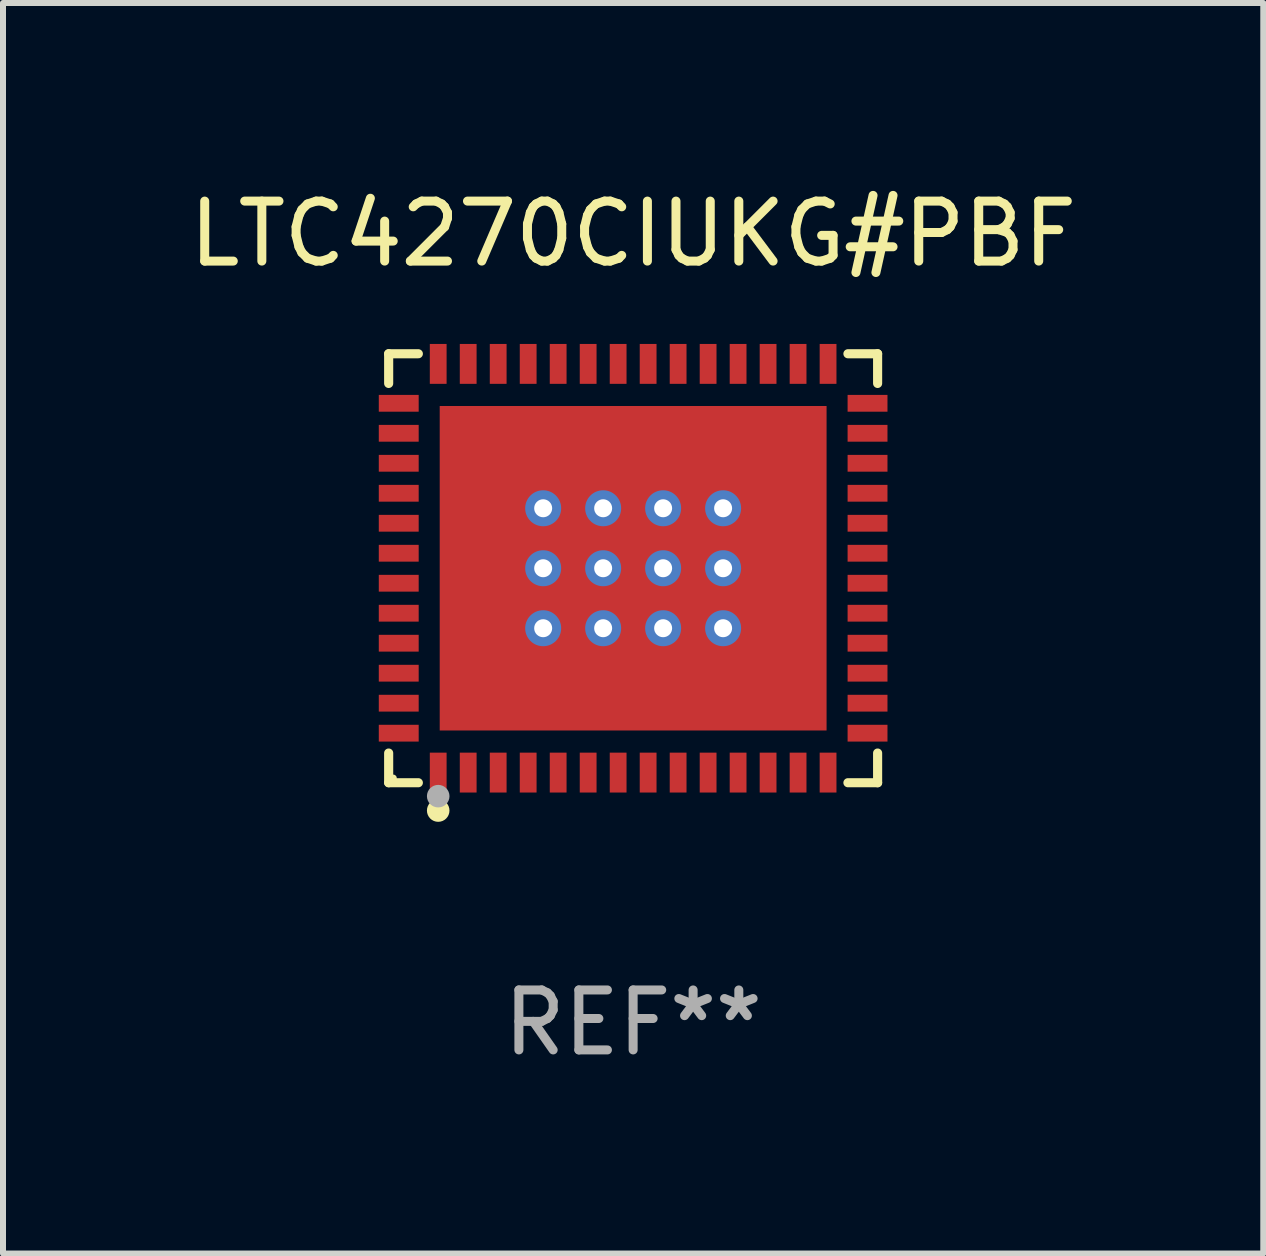
<source format=kicad_pcb>
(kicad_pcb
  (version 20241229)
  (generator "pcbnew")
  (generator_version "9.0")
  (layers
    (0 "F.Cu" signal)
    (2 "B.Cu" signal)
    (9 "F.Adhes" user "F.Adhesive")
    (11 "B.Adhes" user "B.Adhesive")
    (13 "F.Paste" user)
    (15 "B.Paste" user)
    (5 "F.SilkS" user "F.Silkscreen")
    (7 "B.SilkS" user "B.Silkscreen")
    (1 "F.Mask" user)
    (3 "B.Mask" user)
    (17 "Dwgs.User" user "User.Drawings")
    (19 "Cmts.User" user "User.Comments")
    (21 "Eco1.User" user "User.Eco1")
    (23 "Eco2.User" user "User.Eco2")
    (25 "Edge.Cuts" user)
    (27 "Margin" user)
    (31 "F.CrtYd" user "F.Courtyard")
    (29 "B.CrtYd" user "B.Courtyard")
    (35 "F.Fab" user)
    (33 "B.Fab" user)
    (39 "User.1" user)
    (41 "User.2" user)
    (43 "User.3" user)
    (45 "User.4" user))
  (footprint "LTC4270CIUKG#PBF"
    (layer "F.Cu")
    (at 7.506 6.424)
    (property "Reference" "LTC4270CIUKG#PBF" (at 0 -5.576 0) (layer "F.SilkS") (effects (font (size 1 1) (thickness 0.15))))
    (attr through_hole)
    (fp_line (start -4.076 -3.576) (end -3.581 -3.576) (stroke (width 0.152) (type solid)) (layer "F.SilkS"))
    (fp_line (start -4.076 -3.081) (end -4.076 -3.576) (stroke (width 0.152) (type solid)) (layer "F.SilkS"))
    (fp_line (start -4.076 3.081) (end -4.076 3.576) (stroke (width 0.152) (type solid)) (layer "F.SilkS"))
    (fp_line (start -4.076 3.576) (end -3.581 3.576) (stroke (width 0.152) (type solid)) (layer "F.SilkS"))
    (fp_line (start 4.076 -3.576) (end 3.581 -3.576) (stroke (width 0.152) (type solid)) (layer "F.SilkS"))
    (fp_line (start 4.076 -3.081) (end 4.076 -3.576) (stroke (width 0.152) (type solid)) (layer "F.SilkS"))
    (fp_line (start 4.076 3.081) (end 4.076 3.576) (stroke (width 0.152) (type solid)) (layer "F.SilkS"))
    (fp_line (start 4.076 3.576) (end 3.581 3.576) (stroke (width 0.152) (type solid)) (layer "F.SilkS"))
    (fp_circle (center -4 3.5) (end -3.97 3.5) (stroke (width 0.06) (type solid)) (fill no) (layer "F.SilkS"))
    (fp_circle (center -3.25 4.04) (end -3.156 4.04) (stroke (width 0.188) (type solid)) (fill no) (layer "F.SilkS"))
    (fp_circle (center -3.25 3.8) (end -3.156 3.8) (stroke (width 0.188) (type solid)) (fill no) (layer "F.Fab"))
    (fp_text user "REF**" (at 0 7.576 0) (layer "F.Fab") (effects (font (size 1 1) (thickness 0.15))))
    (pad "1" smd rect (at -3.25 3.407) (size 0.28 0.665) (layers "F.Cu" "F.Mask" "F.Paste"))
    (pad "2" smd rect (at -2.75 3.407) (size 0.28 0.665) (layers "F.Cu" "F.Mask" "F.Paste"))
    (pad "3" smd rect (at -2.25 3.407) (size 0.28 0.665) (layers "F.Cu" "F.Mask" "F.Paste"))
    (pad "4" smd rect (at -1.75 3.407) (size 0.28 0.665) (layers "F.Cu" "F.Mask" "F.Paste"))
    (pad "5" smd rect (at -1.25 3.407) (size 0.28 0.665) (layers "F.Cu" "F.Mask" "F.Paste"))
    (pad "6" smd rect (at -0.75 3.407) (size 0.28 0.665) (layers "F.Cu" "F.Mask" "F.Paste"))
    (pad "7" smd rect (at -0.25 3.407) (size 0.28 0.665) (layers "F.Cu" "F.Mask" "F.Paste"))
    (pad "8" smd rect (at 0.25 3.407) (size 0.28 0.665) (layers "F.Cu" "F.Mask" "F.Paste"))
    (pad "9" smd rect (at 0.75 3.407) (size 0.28 0.665) (layers "F.Cu" "F.Mask" "F.Paste"))
    (pad "10" smd rect (at 1.25 3.407) (size 0.28 0.665) (layers "F.Cu" "F.Mask" "F.Paste"))
    (pad "11" smd rect (at 1.75 3.407) (size 0.28 0.665) (layers "F.Cu" "F.Mask" "F.Paste"))
    (pad "12" smd rect (at 2.25 3.407) (size 0.28 0.665) (layers "F.Cu" "F.Mask" "F.Paste"))
    (pad "13" smd rect (at 2.75 3.407) (size 0.28 0.665) (layers "F.Cu" "F.Mask" "F.Paste"))
    (pad "14" smd rect (at 3.25 3.407) (size 0.28 0.665) (layers "F.Cu" "F.Mask" "F.Paste"))
    (pad "15" smd rect (at 3.908 2.75) (size 0.665 0.28) (layers "F.Cu" "F.Mask" "F.Paste"))
    (pad "16" smd rect (at 3.908 2.25) (size 0.665 0.28) (layers "F.Cu" "F.Mask" "F.Paste"))
    (pad "17" smd rect (at 3.908 1.75) (size 0.665 0.28) (layers "F.Cu" "F.Mask" "F.Paste"))
    (pad "18" smd rect (at 3.908 1.25) (size 0.665 0.28) (layers "F.Cu" "F.Mask" "F.Paste"))
    (pad "19" smd rect (at 3.908 0.75) (size 0.665 0.28) (layers "F.Cu" "F.Mask" "F.Paste"))
    (pad "20" smd rect (at 3.908 0.25) (size 0.665 0.28) (layers "F.Cu" "F.Mask" "F.Paste"))
    (pad "21" smd rect (at 3.908 -0.25) (size 0.665 0.28) (layers "F.Cu" "F.Mask" "F.Paste"))
    (pad "22" smd rect (at 3.908 -0.75) (size 0.665 0.28) (layers "F.Cu" "F.Mask" "F.Paste"))
    (pad "23" smd rect (at 3.908 -1.25) (size 0.665 0.28) (layers "F.Cu" "F.Mask" "F.Paste"))
    (pad "24" smd rect (at 3.908 -1.75) (size 0.665 0.28) (layers "F.Cu" "F.Mask" "F.Paste"))
    (pad "25" smd rect (at 3.908 -2.25) (size 0.665 0.28) (layers "F.Cu" "F.Mask" "F.Paste"))
    (pad "26" smd rect (at 3.908 -2.75) (size 0.665 0.28) (layers "F.Cu" "F.Mask" "F.Paste"))
    (pad "27" smd rect (at 3.25 -3.407) (size 0.28 0.665) (layers "F.Cu" "F.Mask" "F.Paste"))
    (pad "28" smd rect (at 2.75 -3.407) (size 0.28 0.665) (layers "F.Cu" "F.Mask" "F.Paste"))
    (pad "29" smd rect (at 2.25 -3.407) (size 0.28 0.665) (layers "F.Cu" "F.Mask" "F.Paste"))
    (pad "30" smd rect (at 1.75 -3.407) (size 0.28 0.665) (layers "F.Cu" "F.Mask" "F.Paste"))
    (pad "31" smd rect (at 1.25 -3.407) (size 0.28 0.665) (layers "F.Cu" "F.Mask" "F.Paste"))
    (pad "32" smd rect (at 0.75 -3.407) (size 0.28 0.665) (layers "F.Cu" "F.Mask" "F.Paste"))
    (pad "33" smd rect (at 0.25 -3.407) (size 0.28 0.665) (layers "F.Cu" "F.Mask" "F.Paste"))
    (pad "34" smd rect (at -0.25 -3.407) (size 0.28 0.665) (layers "F.Cu" "F.Mask" "F.Paste"))
    (pad "35" smd rect (at -0.75 -3.407) (size 0.28 0.665) (layers "F.Cu" "F.Mask" "F.Paste"))
    (pad "36" smd rect (at -1.25 -3.407) (size 0.28 0.665) (layers "F.Cu" "F.Mask" "F.Paste"))
    (pad "37" smd rect (at -1.75 -3.407) (size 0.28 0.665) (layers "F.Cu" "F.Mask" "F.Paste"))
    (pad "38" smd rect (at -2.25 -3.407) (size 0.28 0.665) (layers "F.Cu" "F.Mask" "F.Paste"))
    (pad "39" smd rect (at -2.75 -3.407) (size 0.28 0.665) (layers "F.Cu" "F.Mask" "F.Paste"))
    (pad "40" smd rect (at -3.25 -3.407) (size 0.28 0.665) (layers "F.Cu" "F.Mask" "F.Paste"))
    (pad "41" smd rect (at -3.908 -2.75) (size 0.665 0.28) (layers "F.Cu" "F.Mask" "F.Paste"))
    (pad "42" smd rect (at -3.908 -2.25) (size 0.665 0.28) (layers "F.Cu" "F.Mask" "F.Paste"))
    (pad "43" smd rect (at -3.908 -1.75) (size 0.665 0.28) (layers "F.Cu" "F.Mask" "F.Paste"))
    (pad "44" smd rect (at -3.908 -1.25) (size 0.665 0.28) (layers "F.Cu" "F.Mask" "F.Paste"))
    (pad "45" smd rect (at -3.908 -0.75) (size 0.665 0.28) (layers "F.Cu" "F.Mask" "F.Paste"))
    (pad "46" smd rect (at -3.908 -0.25) (size 0.665 0.28) (layers "F.Cu" "F.Mask" "F.Paste"))
    (pad "47" smd rect (at -3.908 0.25) (size 0.665 0.28) (layers "F.Cu" "F.Mask" "F.Paste"))
    (pad "48" smd rect (at -3.908 0.75) (size 0.665 0.28) (layers "F.Cu" "F.Mask" "F.Paste"))
    (pad "49" smd rect (at -3.908 1.25) (size 0.665 0.28) (layers "F.Cu" "F.Mask" "F.Paste"))
    (pad "50" smd rect (at -3.908 1.75) (size 0.665 0.28) (layers "F.Cu" "F.Mask" "F.Paste"))
    (pad "51" smd rect (at -3.908 2.25) (size 0.665 0.28) (layers "F.Cu" "F.Mask" "F.Paste"))
    (pad "52" smd rect (at -3.908 2.75) (size 0.665 0.28) (layers "F.Cu" "F.Mask" "F.Paste"))
    (pad "53" thru_hole circle (at -1.5 -1) (size 0.6 0.6) (drill 0.3) (layers "*.Cu" "*.Mask"))
    (pad "53" thru_hole circle (at -1.5 0) (size 0.6 0.6) (drill 0.3) (layers "*.Cu" "*.Mask"))
    (pad "53" thru_hole circle (at -1.5 1) (size 0.6 0.6) (drill 0.3) (layers "*.Cu" "*.Mask"))
    (pad "53" thru_hole circle (at -0.5 -1) (size 0.6 0.6) (drill 0.3) (layers "*.Cu" "*.Mask"))
    (pad "53" thru_hole circle (at -0.5 0) (size 0.6 0.6) (drill 0.3) (layers "*.Cu" "*.Mask"))
    (pad "53" thru_hole circle (at -0.5 1) (size 0.6 0.6) (drill 0.3) (layers "*.Cu" "*.Mask"))
    (pad "53" smd rect (at 0 0) (size 6.45 5.41) (layers "F.Cu" "F.Mask" "F.Paste"))
    (pad "53" thru_hole circle (at 0.5 -1) (size 0.6 0.6) (drill 0.3) (layers "*.Cu" "*.Mask"))
    (pad "53" thru_hole circle (at 0.5 0) (size 0.6 0.6) (drill 0.3) (layers "*.Cu" "*.Mask"))
    (pad "53" thru_hole circle (at 0.5 1) (size 0.6 0.6) (drill 0.3) (layers "*.Cu" "*.Mask"))
    (pad "53" thru_hole circle (at 1.5 -1) (size 0.6 0.6) (drill 0.3) (layers "*.Cu" "*.Mask"))
    (pad "53" thru_hole circle (at 1.5 0) (size 0.6 0.6) (drill 0.3) (layers "*.Cu" "*.Mask"))
    (pad "53" thru_hole circle (at 1.5 1) (size 0.6 0.6) (drill 0.3) (layers "*.Cu" "*.Mask")))
  (gr_rect
    (start -3 -3)
    (end 18.012 17.849)
    (stroke (width 0.1) (type default))
    (fill no)
    (layer "Edge.Cuts")))
</source>
